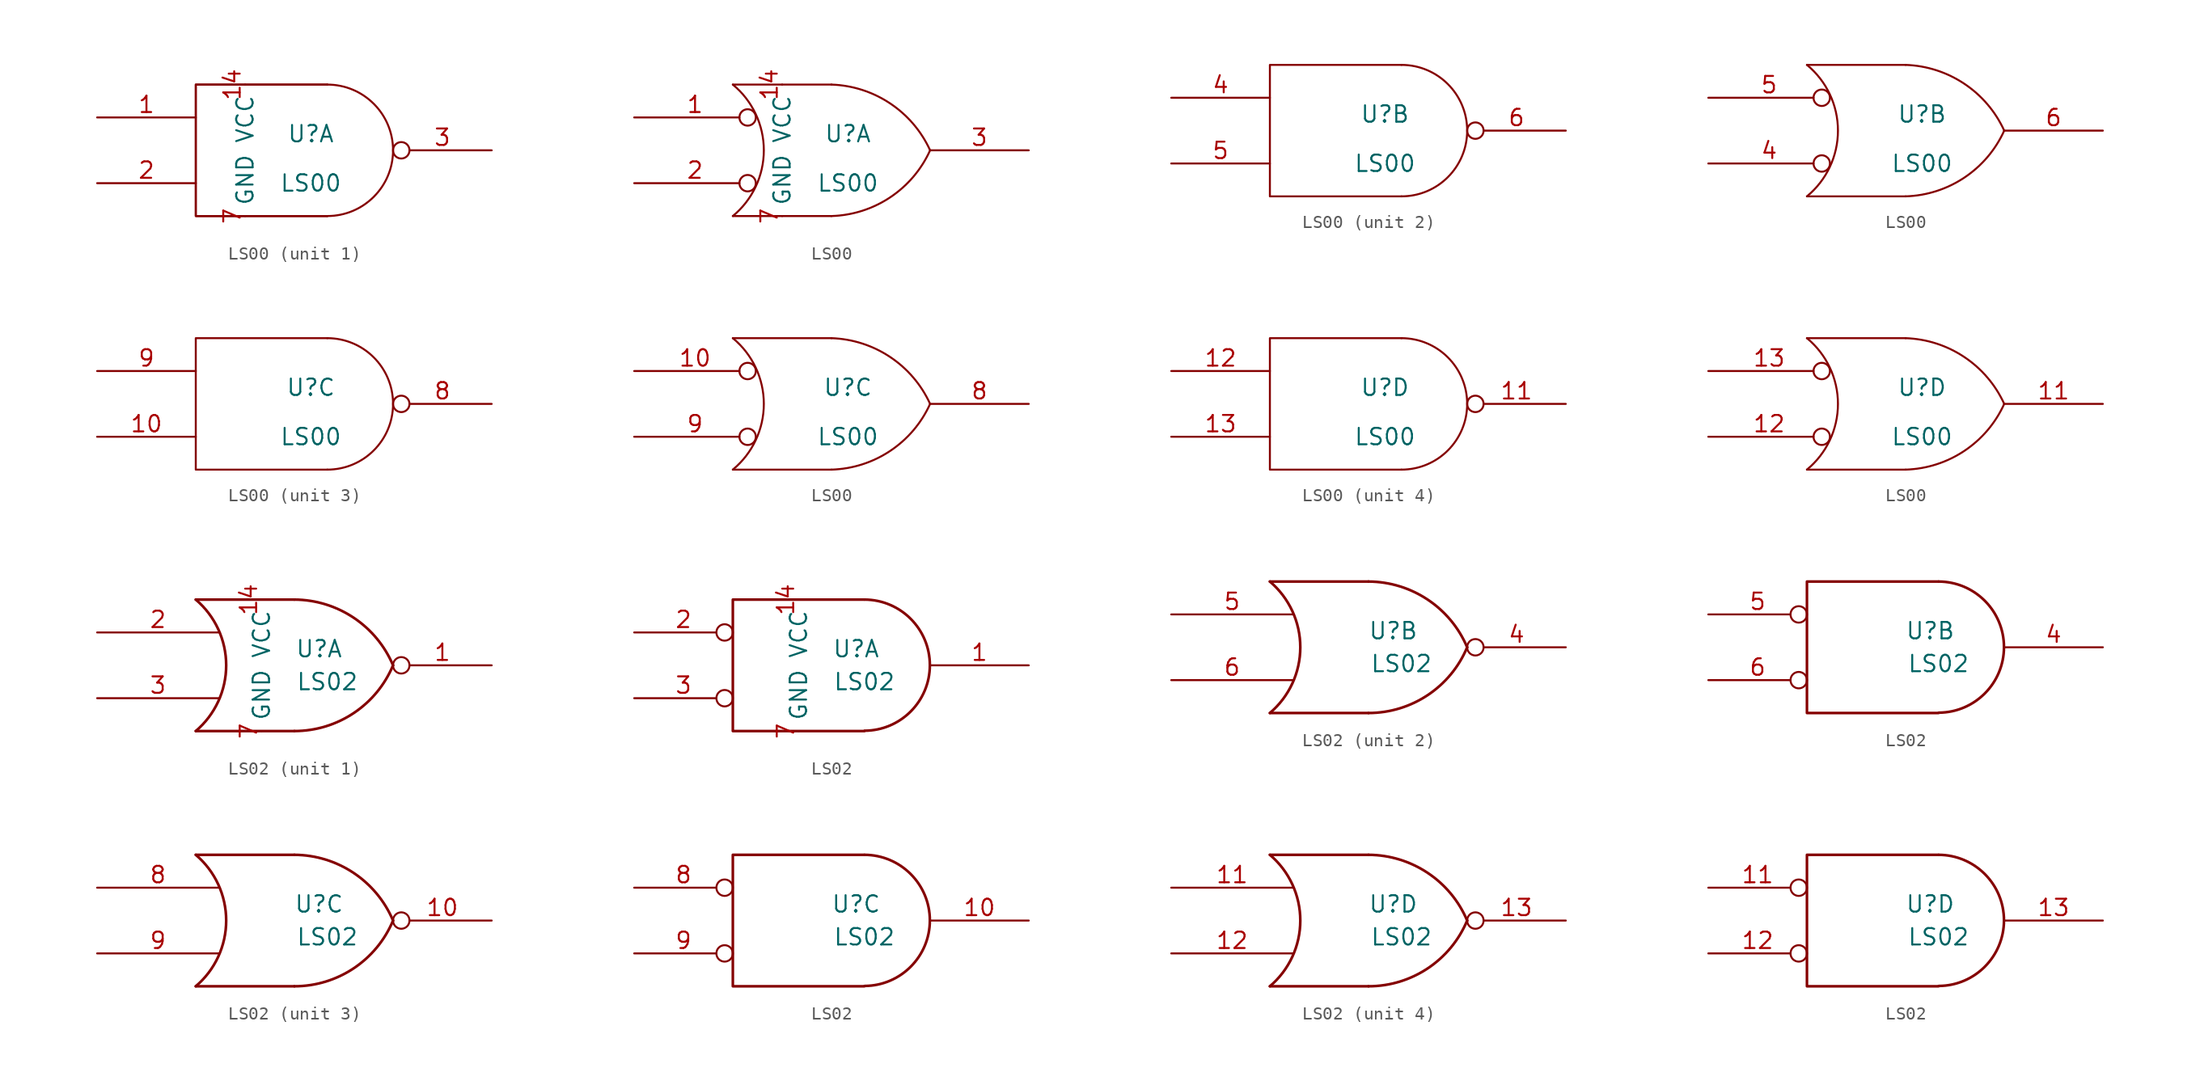
<source format=kicad_sym>
(kicad_symbol_lib
  (version 20211014)
  (generator kicad_symbol_editor)
  (symbol "LS00"
    (pin_names
      (offset 0.762))
    (property "Reference" "U"
      (at 1.27 1.27 0)
      (effects (font (size 1.27 1.27))))
    (property "Value" "LS00"
      (at 1.27 -2.54 0)
      (effects (font (size 1.27 1.27))))
    (symbol "LS00_0_1"
      (polyline (pts (xy 2.54 5.08) (xy -7.62 5.08) (xy -7.62 -5.08) (xy 2.54 -5.08)) (stroke (width 0) (type default) (color 0 0 0 0)) (fill (type none)))
      (arc (start 2.54 -5.08) (mid 7.62 0) (end 2.54 5.08) (stroke (width 0) (type default) (color 0 0 0 0)) (fill (type none))))
    (symbol "LS00_0_2"
      (arc (start -7.62 -5.08) (mid -5.2253 0) (end -7.62 5.08) (stroke (width 0) (type default) (color 0 0 0 0)) (fill (type none)))
      (arc (start 0 -5.08) (mid 4.5382 -3.6323) (end 7.62 0) (stroke (width 0) (type default) (color 0 0 0 0)) (fill (type none)))
      (polyline (pts (xy -7.62 -5.08) (xy 0 -5.08)) (stroke (width 0) (type default) (color 0 0 0 0)) (fill (type none)))
      (polyline (pts (xy -7.62 5.08) (xy 0 5.08)) (stroke (width 0) (type default) (color 0 0 0 0)) (fill (type none)))
      (arc (start 7.62 0) (mid 4.5325 3.6238) (end 0 5.08) (stroke (width 0) (type default) (color 0 0 0 0)) (fill (type none))))
    (symbol "LS00_1_0"
      (pin power_in line (at -3.81 5.08 270) (length 0) (name "VCC" (effects (font (size 1.27 1.27)))) (number "14" (effects (font (size 1.27 1.27)))))
      (pin power_in line (at -3.81 -5.08 90) (length 0) (name "GND" (effects (font (size 1.27 1.27)))) (number "7" (effects (font (size 1.27 1.27))))))
    (symbol "LS00_1_1"
      (polyline (pts (xy 2.54 5.08) (xy -7.62 5.08) (xy -7.62 -5.08) (xy 2.54 -5.08)) (stroke (width 0) (type default) (color 0 0 0 0)) (fill (type none)))
      (pin input line (at -15.24 2.54 0) (length 7.62) (name "~" (effects (font (size 1.27 1.27)))) (number "1" (effects (font (size 1.27 1.27)))))
      (pin input line (at -15.24 -2.54 0) (length 7.62) (name "~" (effects (font (size 1.27 1.27)))) (number "2" (effects (font (size 1.27 1.27)))))
      (pin output inverted (at 15.24 0 180) (length 7.62) (name "~" (effects (font (size 1.27 1.27)))) (number "3" (effects (font (size 1.27 1.27))))))
    (symbol "LS00_1_2"
      (pin input inverted (at -15.24 2.54 0) (length 9.398) (name "~" (effects (font (size 1.27 1.27)))) (number "1" (effects (font (size 1.27 1.27)))))
      (pin input inverted (at -15.24 -2.54 0) (length 9.398) (name "~" (effects (font (size 1.27 1.27)))) (number "2" (effects (font (size 1.27 1.27)))))
      (pin output line (at 15.24 0 180) (length 7.62) (name "~" (effects (font (size 1.27 1.27)))) (number "3" (effects (font (size 1.27 1.27))))))
    (symbol "LS00_2_1"
      (pin input line (at -15.24 2.54 0) (length 7.62) (name "~" (effects (font (size 1.27 1.27)))) (number "4" (effects (font (size 1.27 1.27)))))
      (pin input line (at -15.24 -2.54 0) (length 7.62) (name "~" (effects (font (size 1.27 1.27)))) (number "5" (effects (font (size 1.27 1.27)))))
      (pin output inverted (at 15.24 0 180) (length 7.62) (name "~" (effects (font (size 1.27 1.27)))) (number "6" (effects (font (size 1.27 1.27))))))
    (symbol "LS00_2_2"
      (pin input inverted (at -15.24 -2.54 0) (length 9.398) (name "~" (effects (font (size 1.27 1.27)))) (number "4" (effects (font (size 1.27 1.27)))))
      (pin input inverted (at -15.24 2.54 0) (length 9.398) (name "~" (effects (font (size 1.27 1.27)))) (number "5" (effects (font (size 1.27 1.27)))))
      (pin output line (at 15.24 0 180) (length 7.62) (name "~" (effects (font (size 1.27 1.27)))) (number "6" (effects (font (size 1.27 1.27))))))
    (symbol "LS00_3_1"
      (pin input line (at -15.24 -2.54 0) (length 7.62) (name "~" (effects (font (size 1.27 1.27)))) (number "10" (effects (font (size 1.27 1.27)))))
      (pin output inverted (at 15.24 0 180) (length 7.62) (name "~" (effects (font (size 1.27 1.27)))) (number "8" (effects (font (size 1.27 1.27)))))
      (pin input line (at -15.24 2.54 0) (length 7.62) (name "~" (effects (font (size 1.27 1.27)))) (number "9" (effects (font (size 1.27 1.27))))))
    (symbol "LS00_3_2"
      (pin input inverted (at -15.24 2.54 0) (length 9.398) (name "~" (effects (font (size 1.27 1.27)))) (number "10" (effects (font (size 1.27 1.27)))))
      (pin output line (at 15.24 0 180) (length 7.62) (name "~" (effects (font (size 1.27 1.27)))) (number "8" (effects (font (size 1.27 1.27)))))
      (pin input inverted (at -15.24 -2.54 0) (length 9.398) (name "~" (effects (font (size 1.27 1.27)))) (number "9" (effects (font (size 1.27 1.27))))))
    (symbol "LS00_4_1"
      (pin output inverted (at 15.24 0 180) (length 7.62) (name "~" (effects (font (size 1.27 1.27)))) (number "11" (effects (font (size 1.27 1.27)))))
      (pin input line (at -15.24 2.54 0) (length 7.62) (name "~" (effects (font (size 1.27 1.27)))) (number "12" (effects (font (size 1.27 1.27)))))
      (pin input line (at -15.24 -2.54 0) (length 7.62) (name "~" (effects (font (size 1.27 1.27)))) (number "13" (effects (font (size 1.27 1.27))))))
    (symbol "LS00_4_2"
      (pin output line (at 15.24 0 180) (length 7.62) (name "~" (effects (font (size 1.27 1.27)))) (number "11" (effects (font (size 1.27 1.27)))))
      (pin input inverted (at -15.24 -2.54 0) (length 9.398) (name "~" (effects (font (size 1.27 1.27)))) (number "12" (effects (font (size 1.27 1.27)))))
      (pin input inverted (at -15.24 2.54 0) (length 9.398) (name "~" (effects (font (size 1.27 1.27)))) (number "13" (effects (font (size 1.27 1.27)))))))
  (symbol "LS02"
    (pin_names
      (offset 0.762))
    (property "Reference" "U"
      (at 1.905 1.27 0)
      (effects (font (size 1.27 1.27))))
    (property "Value" "LS02"
      (at 2.54 -1.27 0)
      (effects (font (size 1.27 1.27))))
    (symbol "LS02_0_1"
      (arc (start -7.62 -5.08) (mid -5.2708 0) (end -7.62 5.08) (stroke (width 0.2032) (type default) (color 0 0 0 0)) (fill (type none)))
      (arc (start 0 -5.08) (mid 4.5784 -3.6925) (end 7.62 0) (stroke (width 0.2032) (type default) (color 0 0 0 0)) (fill (type none)))
      (polyline (pts (xy -7.62 -5.08) (xy 0 -5.08)) (stroke (width 0.203) (type default) (color 0 0 0 0)) (fill (type none)))
      (polyline (pts (xy -7.62 5.08) (xy 0 5.08)) (stroke (width 0.203) (type default) (color 0 0 0 0)) (fill (type none)))
      (arc (start 7.62 0) (mid 4.5717 3.6825) (end 0 5.08) (stroke (width 0.2032) (type default) (color 0 0 0 0)) (fill (type none))))
    (symbol "LS02_0_2"
      (polyline (pts (xy 2.54 5.08) (xy -7.62 5.08) (xy -7.62 -5.08) (xy 2.54 -5.08)) (stroke (width 0.203) (type default) (color 0 0 0 0)) (fill (type none)))
      (arc (start 2.5654 -5.0546) (mid 7.5947 0.0127) (end 2.5654 5.08) (stroke (width 0.2032) (type default) (color 0 0 0 0)) (fill (type none))))
    (symbol "LS02_1_0"
      (pin power_in line (at -2.54 5.08 270) (length 0) (name "VCC" (effects (font (size 1.27 1.27)))) (number "14" (effects (font (size 1.27 1.27)))))
      (pin power_in line (at -2.54 -5.08 90) (length 0) (name "GND" (effects (font (size 1.27 1.27)))) (number "7" (effects (font (size 1.27 1.27))))))
    (symbol "LS02_1_1"
      (pin output inverted (at 15.24 0 180) (length 7.62) (name "~" (effects (font (size 1.27 1.27)))) (number "1" (effects (font (size 1.27 1.27)))))
      (pin input line (at -15.24 2.54 0) (length 9.398) (name "~" (effects (font (size 1.27 1.27)))) (number "2" (effects (font (size 1.27 1.27)))))
      (pin input line (at -15.24 -2.54 0) (length 9.398) (name "~" (effects (font (size 1.27 1.27)))) (number "3" (effects (font (size 1.27 1.27))))))
    (symbol "LS02_1_2"
      (pin output line (at 15.24 0 180) (length 7.62) (name "~" (effects (font (size 1.27 1.27)))) (number "1" (effects (font (size 1.27 1.27)))))
      (pin input inverted (at -15.24 2.54 0) (length 7.62) (name "~" (effects (font (size 1.27 1.27)))) (number "2" (effects (font (size 1.27 1.27)))))
      (pin input inverted (at -15.24 -2.54 0) (length 7.62) (name "~" (effects (font (size 1.27 1.27)))) (number "3" (effects (font (size 1.27 1.27))))))
    (symbol "LS02_2_1"
      (pin output inverted (at 15.24 0 180) (length 7.62) (name "~" (effects (font (size 1.27 1.27)))) (number "4" (effects (font (size 1.27 1.27)))))
      (pin input line (at -15.24 2.54 0) (length 9.398) (name "~" (effects (font (size 1.27 1.27)))) (number "5" (effects (font (size 1.27 1.27)))))
      (pin input line (at -15.24 -2.54 0) (length 9.398) (name "~" (effects (font (size 1.27 1.27)))) (number "6" (effects (font (size 1.27 1.27))))))
    (symbol "LS02_2_2"
      (pin output line (at 15.24 0 180) (length 7.62) (name "~" (effects (font (size 1.27 1.27)))) (number "4" (effects (font (size 1.27 1.27)))))
      (pin input inverted (at -15.24 2.54 0) (length 7.62) (name "~" (effects (font (size 1.27 1.27)))) (number "5" (effects (font (size 1.27 1.27)))))
      (pin input inverted (at -15.24 -2.54 0) (length 7.62) (name "~" (effects (font (size 1.27 1.27)))) (number "6" (effects (font (size 1.27 1.27))))))
    (symbol "LS02_3_1"
      (pin output inverted (at 15.24 0 180) (length 7.62) (name "~" (effects (font (size 1.27 1.27)))) (number "10" (effects (font (size 1.27 1.27)))))
      (pin input line (at -15.24 2.54 0) (length 9.398) (name "~" (effects (font (size 1.27 1.27)))) (number "8" (effects (font (size 1.27 1.27)))))
      (pin input line (at -15.24 -2.54 0) (length 9.398) (name "~" (effects (font (size 1.27 1.27)))) (number "9" (effects (font (size 1.27 1.27))))))
    (symbol "LS02_3_2"
      (pin output line (at 15.24 0 180) (length 7.62) (name "~" (effects (font (size 1.27 1.27)))) (number "10" (effects (font (size 1.27 1.27)))))
      (pin input inverted (at -15.24 2.54 0) (length 7.62) (name "~" (effects (font (size 1.27 1.27)))) (number "8" (effects (font (size 1.27 1.27)))))
      (pin input inverted (at -15.24 -2.54 0) (length 7.62) (name "~" (effects (font (size 1.27 1.27)))) (number "9" (effects (font (size 1.27 1.27))))))
    (symbol "LS02_4_1"
      (pin input line (at -15.24 2.54 0) (length 9.398) (name "~" (effects (font (size 1.27 1.27)))) (number "11" (effects (font (size 1.27 1.27)))))
      (pin input line (at -15.24 -2.54 0) (length 9.398) (name "~" (effects (font (size 1.27 1.27)))) (number "12" (effects (font (size 1.27 1.27)))))
      (pin output inverted (at 15.24 0 180) (length 7.62) (name "~" (effects (font (size 1.27 1.27)))) (number "13" (effects (font (size 1.27 1.27))))))
    (symbol "LS02_4_2"
      (pin input inverted (at -15.24 2.54 0) (length 7.62) (name "~" (effects (font (size 1.27 1.27)))) (number "11" (effects (font (size 1.27 1.27)))))
      (pin input inverted (at -15.24 -2.54 0) (length 7.62) (name "~" (effects (font (size 1.27 1.27)))) (number "12" (effects (font (size 1.27 1.27)))))
      (pin output line (at 15.24 0 180) (length 7.62) (name "~" (effects (font (size 1.27 1.27)))) (number "13" (effects (font (size 1.27 1.27))))))))
</source>
